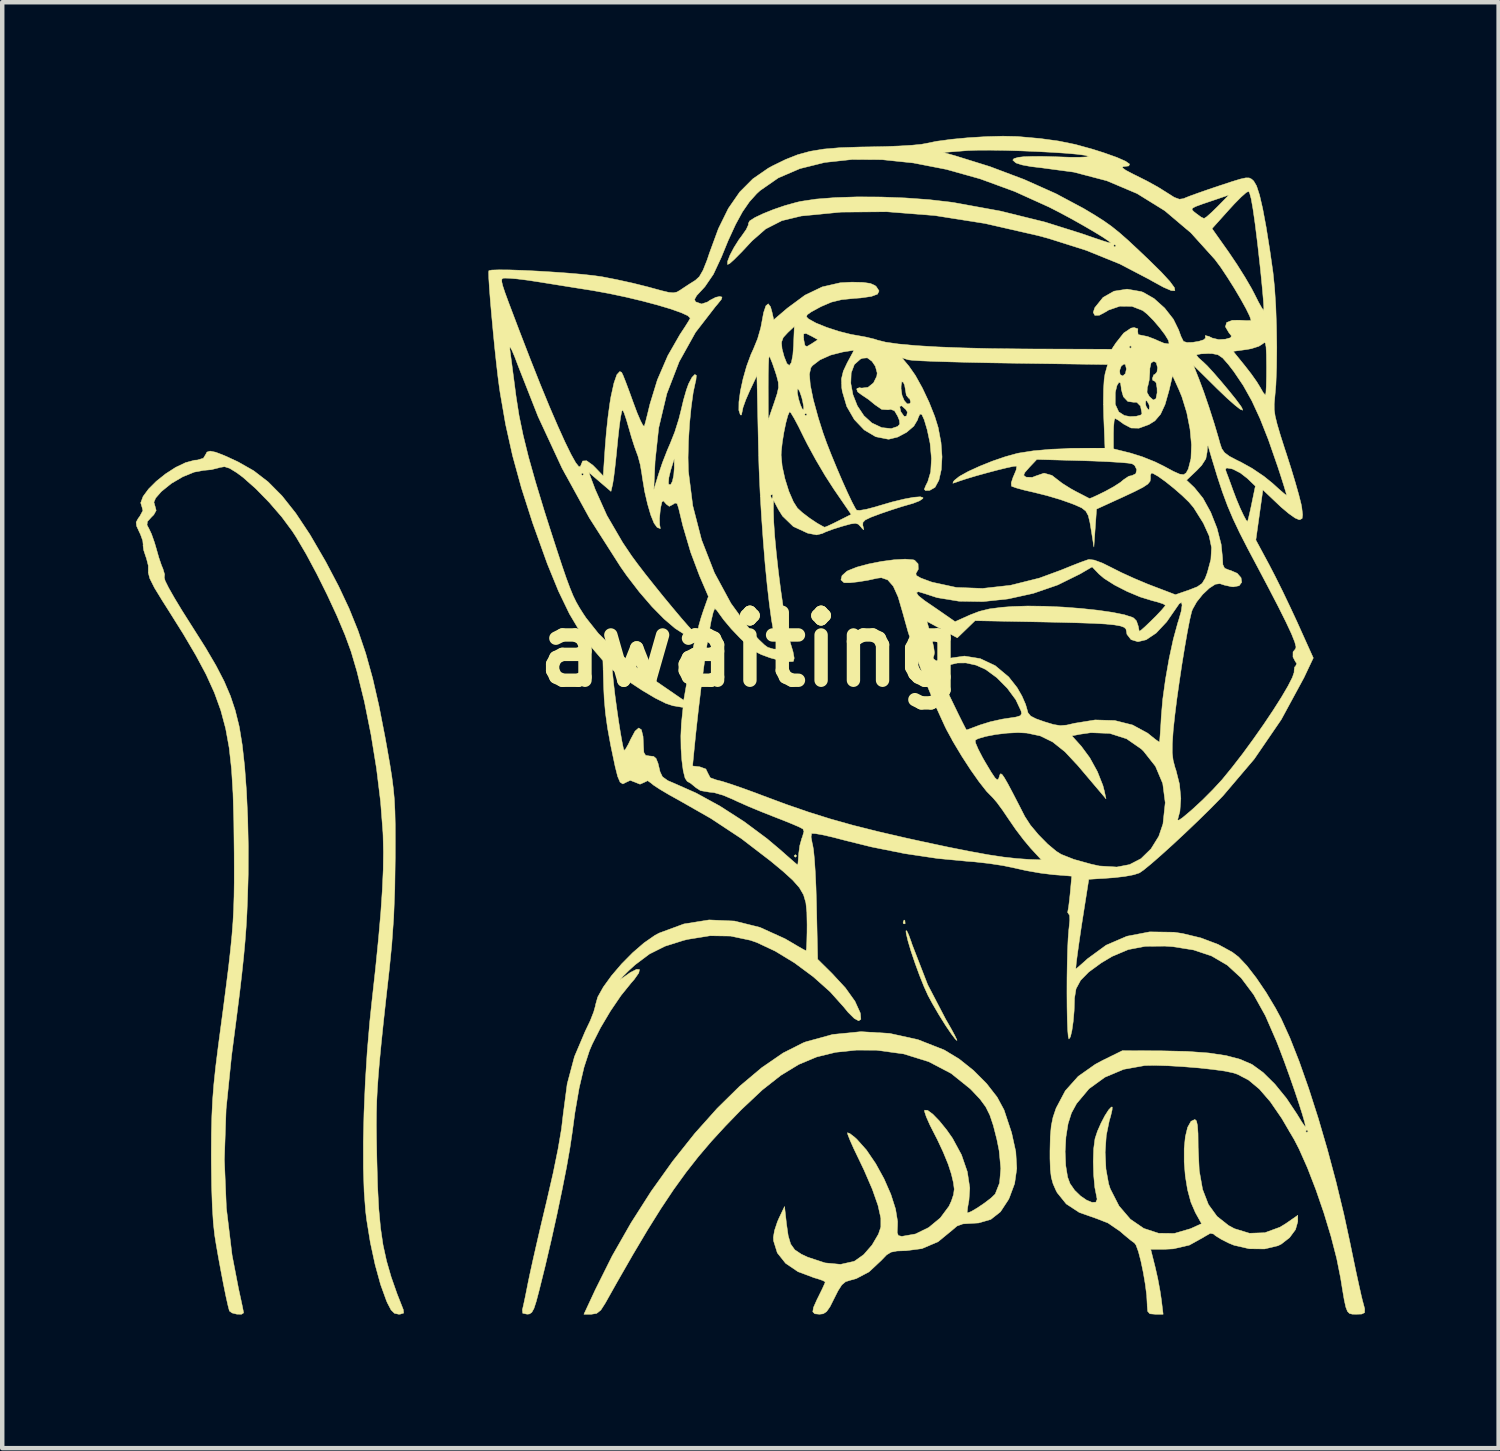
<source format=kicad_pcb>
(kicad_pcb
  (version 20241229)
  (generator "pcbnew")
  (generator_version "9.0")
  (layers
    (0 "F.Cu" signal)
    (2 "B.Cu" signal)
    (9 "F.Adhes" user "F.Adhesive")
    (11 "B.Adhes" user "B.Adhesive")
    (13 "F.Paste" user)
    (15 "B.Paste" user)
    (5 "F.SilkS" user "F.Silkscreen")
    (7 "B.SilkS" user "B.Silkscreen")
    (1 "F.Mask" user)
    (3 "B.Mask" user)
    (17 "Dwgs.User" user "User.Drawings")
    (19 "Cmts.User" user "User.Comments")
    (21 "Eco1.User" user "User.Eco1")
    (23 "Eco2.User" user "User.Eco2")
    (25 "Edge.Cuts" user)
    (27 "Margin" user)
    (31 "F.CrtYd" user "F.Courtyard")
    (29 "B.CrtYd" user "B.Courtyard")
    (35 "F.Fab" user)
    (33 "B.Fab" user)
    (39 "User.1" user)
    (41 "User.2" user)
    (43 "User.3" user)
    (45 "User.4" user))
  (footprint "awaiting"
    (layer "F.Cu")
    (at 13.776 11.523)
    (property "Reference" "awaiting" (at 0 0 0) (layer "F.SilkS") (effects (font (size 1.524 1.524) (thickness 0.3))))
    (attr through_hole)
    (fp_poly (pts (xy 1.049 4.631) (xy 1.019 4.661) (xy 0.99 4.631) (xy 1.019 4.602) (xy 1.049 4.631)) (stroke (width 0.01) (type solid)) (fill yes) (layer "F.SilkS"))
    (fp_poly (pts (xy 3.476 6.078) (xy 3.483 6.147) (xy 3.476 6.156) (xy 3.441 6.148) (xy 3.437 6.117) (xy 3.458 6.069) (xy 3.476 6.078)) (stroke (width 0.01) (type solid)) (fill yes) (layer "F.SilkS"))
    (fp_poly (pts (xy 3.561 6.4) (xy 3.621 6.565) (xy 3.636 6.612) (xy 3.988 7.52) (xy 4.392 8.295) (xy 4.509 8.498) (xy 4.596 8.659) (xy 4.642 8.757) (xy 4.645 8.774) (xy 4.606 8.739) (xy 4.522 8.628) (xy 4.409 8.463) (xy 4.388 8.431) (xy 4.241 8.196) (xy 4.096 7.947) (xy 3.996 7.762) (xy 3.905 7.561) (xy 3.805 7.311) (xy 3.705 7.038) (xy 3.615 6.772) (xy 3.546 6.54) (xy 3.506 6.372) (xy 3.5 6.312) (xy 3.518 6.31) (xy 3.561 6.4)) (stroke (width 0.01) (type solid)) (fill yes) (layer "F.SilkS"))
    (fp_poly (pts (xy 3.135 8.613) (xy 3.77 8.753) (xy 4.36 8.985) (xy 4.691 9.185) (xy 5.016 9.444) (xy 5.309 9.738) (xy 5.546 10.042) (xy 5.701 10.329) (xy 5.705 10.341) (xy 5.871 10.841) (xy 5.965 11.269) (xy 5.987 11.644) (xy 5.939 11.982) (xy 5.82 12.302) (xy 5.801 12.342) (xy 5.621 12.616) (xy 5.404 12.787) (xy 5.131 12.866) (xy 4.977 12.875) (xy 4.778 12.887) (xy 4.646 12.935) (xy 4.54 13.026) (xy 4.222 13.287) (xy 3.859 13.442) (xy 3.506 13.488) (xy 3.299 13.495) (xy 3.167 13.521) (xy 3.067 13.582) (xy 2.959 13.694) (xy 2.952 13.702) (xy 2.673 13.963) (xy 2.385 14.115) (xy 2.256 14.15) (xy 2.147 14.184) (xy 2.061 14.256) (xy 1.975 14.391) (xy 1.895 14.55) (xy 1.797 14.745) (xy 1.72 14.855) (xy 1.644 14.904) (xy 1.56 14.914) (xy 1.454 14.904) (xy 1.41 14.859) (xy 1.426 14.762) (xy 1.502 14.59) (xy 1.544 14.506) (xy 1.624 14.343) (xy 1.677 14.226) (xy 1.689 14.19) (xy 1.639 14.159) (xy 1.511 14.115) (xy 1.442 14.096) (xy 1.079 13.96) (xy 0.8 13.771) (xy 0.614 13.537) (xy 0.53 13.268) (xy 0.526 13.186) (xy 0.552 13.034) (xy 0.616 12.841) (xy 0.652 12.758) (xy 0.777 12.496) (xy 0.82 12.883) (xy 0.859 13.155) (xy 0.914 13.34) (xy 1.006 13.468) (xy 1.152 13.566) (xy 1.294 13.633) (xy 1.685 13.762) (xy 2.033 13.795) (xy 2.329 13.729) (xy 2.354 13.718) (xy 2.553 13.576) (xy 2.74 13.361) (xy 2.883 13.117) (xy 2.937 12.957) (xy 2.937 12.757) (xy 2.873 12.471) (xy 2.746 12.109) (xy 2.56 11.679) (xy 2.44 11.428) (xy 2.329 11.197) (xy 2.245 11.008) (xy 2.196 10.882) (xy 2.189 10.841) (xy 2.243 10.861) (xy 2.347 10.941) (xy 2.397 10.986) (xy 2.614 11.229) (xy 2.822 11.535) (xy 3.009 11.875) (xy 3.162 12.224) (xy 3.267 12.552) (xy 3.313 12.833) (xy 3.311 12.929) (xy 3.304 13.081) (xy 3.33 13.149) (xy 3.403 13.166) (xy 3.414 13.166) (xy 3.715 13.113) (xy 4.011 12.968) (xy 4.271 12.753) (xy 4.466 12.491) (xy 4.519 12.376) (xy 4.568 12.23) (xy 4.584 12.107) (xy 4.565 11.96) (xy 4.519 11.767) (xy 4.448 11.548) (xy 4.336 11.275) (xy 4.205 10.995) (xy 4.151 10.89) (xy 4.039 10.67) (xy 3.958 10.488) (xy 3.918 10.368) (xy 3.919 10.335) (xy 3.988 10.34) (xy 4.105 10.427) (xy 4.251 10.578) (xy 4.412 10.776) (xy 4.545 10.965) (xy 4.746 11.336) (xy 4.878 11.718) (xy 4.933 12.082) (xy 4.914 12.356) (xy 4.885 12.519) (xy 4.874 12.622) (xy 4.879 12.642) (xy 4.965 12.609) (xy 5.106 12.526) (xy 5.266 12.417) (xy 5.409 12.308) (xy 5.499 12.221) (xy 5.505 12.212) (xy 5.601 11.968) (xy 5.629 11.642) (xy 5.591 11.244) (xy 5.541 10.994) (xy 5.461 10.68) (xy 5.383 10.447) (xy 5.291 10.262) (xy 5.167 10.093) (xy 4.992 9.906) (xy 4.943 9.856) (xy 4.514 9.511) (xy 4.012 9.248) (xy 3.449 9.073) (xy 2.839 8.99) (xy 2.389 8.988) (xy 1.923 9.037) (xy 1.498 9.141) (xy 1.094 9.31) (xy 0.694 9.554) (xy 0.278 9.881) (xy -0.17 10.302) (xy -0.205 10.336) (xy -0.55 10.692) (xy -0.865 11.035) (xy -1.157 11.378) (xy -1.437 11.735) (xy -1.715 12.12) (xy -1.999 12.546) (xy -2.299 13.026) (xy -2.626 13.576) (xy -2.988 14.207) (xy -3.246 14.666) (xy -3.346 14.822) (xy -3.44 14.896) (xy -3.554 14.914) (xy -3.725 14.914) (xy -3.47 14.366) (xy -3.092 13.608) (xy -2.67 12.868) (xy -2.216 12.156) (xy -1.735 11.483) (xy -1.239 10.859) (xy -0.734 10.294) (xy -0.23 9.798) (xy 0.266 9.381) (xy 0.743 9.053) (xy 1.194 8.825) (xy 1.251 8.803) (xy 1.855 8.637) (xy 2.49 8.574) (xy 3.135 8.613)) (stroke (width 0.01) (type solid)) (fill yes) (layer "F.SilkS"))
    (fp_poly (pts (xy -11.987 -4.427) (xy -11.795 -4.353) (xy -11.518 -4.226) (xy -11.479 -4.207) (xy -11.134 -4.011) (xy -10.811 -3.762) (xy -10.499 -3.448) (xy -10.19 -3.058) (xy -9.872 -2.579) (xy -9.535 -2) (xy -9.505 -1.946) (xy -9.229 -1.421) (xy -8.994 -0.921) (xy -8.794 -0.426) (xy -8.62 0.089) (xy -8.465 0.646) (xy -8.323 1.266) (xy -8.185 1.974) (xy -8.142 2.214) (xy -8.08 2.568) (xy -8.034 2.86) (xy -8.001 3.116) (xy -7.978 3.362) (xy -7.965 3.624) (xy -7.958 3.93) (xy -7.957 4.306) (xy -7.958 4.661) (xy -7.968 5.373) (xy -7.993 6.011) (xy -8.036 6.619) (xy -8.09 7.166) (xy -8.163 7.813) (xy -8.223 8.361) (xy -8.271 8.823) (xy -8.309 9.216) (xy -8.338 9.554) (xy -8.359 9.853) (xy -8.373 10.128) (xy -8.38 10.395) (xy -8.382 10.669) (xy -8.379 10.964) (xy -8.373 11.298) (xy -8.37 11.447) (xy -8.354 12.043) (xy -8.328 12.545) (xy -8.288 12.977) (xy -8.232 13.36) (xy -8.153 13.72) (xy -8.05 14.077) (xy -7.917 14.456) (xy -7.777 14.812) (xy -7.769 14.888) (xy -7.849 14.913) (xy -7.88 14.914) (xy -7.975 14.894) (xy -8.052 14.818) (xy -8.134 14.661) (xy -8.155 14.613) (xy -8.287 14.248) (xy -8.41 13.801) (xy -8.517 13.305) (xy -8.6 12.792) (xy -8.623 12.6) (xy -8.656 12.166) (xy -8.673 11.639) (xy -8.674 11.039) (xy -8.659 10.39) (xy -8.63 9.711) (xy -8.587 9.025) (xy -8.53 8.354) (xy -8.485 7.923) (xy -8.4 7.151) (xy -8.333 6.481) (xy -8.282 5.899) (xy -8.248 5.391) (xy -8.228 4.945) (xy -8.223 4.545) (xy -8.231 4.18) (xy -8.234 4.107) (xy -8.287 3.415) (xy -8.378 2.672) (xy -8.501 1.913) (xy -8.649 1.174) (xy -8.818 0.489) (xy -8.949 0.045) (xy -9.084 -0.324) (xy -9.267 -0.758) (xy -9.484 -1.226) (xy -9.718 -1.696) (xy -9.954 -2.137) (xy -10.177 -2.516) (xy -10.264 -2.651) (xy -10.501 -2.971) (xy -10.786 -3.301) (xy -11.087 -3.609) (xy -11.375 -3.864) (xy -11.512 -3.966) (xy -11.674 -4.066) (xy -11.788 -4.102) (xy -11.895 -4.085) (xy -11.913 -4.078) (xy -12.087 -4.035) (xy -12.255 -4.02) (xy -12.47 -3.98) (xy -12.725 -3.876) (xy -12.98 -3.727) (xy -13.197 -3.552) (xy -13.217 -3.532) (xy -13.333 -3.399) (xy -13.373 -3.306) (xy -13.349 -3.22) (xy -13.348 -3.218) (xy -13.322 -3.12) (xy -13.375 -3.024) (xy -13.427 -2.972) (xy -13.518 -2.872) (xy -13.528 -2.794) (xy -13.486 -2.716) (xy -13.427 -2.592) (xy -13.36 -2.402) (xy -13.319 -2.262) (xy -13.261 -2.059) (xy -13.203 -1.889) (xy -13.171 -1.814) (xy -13.133 -1.686) (xy -13.14 -1.614) (xy -13.12 -1.54) (xy -13.042 -1.384) (xy -12.915 -1.16) (xy -12.747 -0.882) (xy -12.546 -0.564) (xy -12.518 -0.52) (xy -12.218 -0.046) (xy -11.981 0.358) (xy -11.797 0.713) (xy -11.657 1.04) (xy -11.55 1.36) (xy -11.467 1.693) (xy -11.455 1.748) (xy -11.391 2.141) (xy -11.337 2.627) (xy -11.296 3.184) (xy -11.268 3.788) (xy -11.255 4.416) (xy -11.257 5.046) (xy -11.262 5.243) (xy -11.273 5.6) (xy -11.286 5.925) (xy -11.304 6.238) (xy -11.328 6.555) (xy -11.359 6.893) (xy -11.399 7.27) (xy -11.449 7.702) (xy -11.513 8.207) (xy -11.59 8.801) (xy -11.631 9.117) (xy -11.753 10.313) (xy -11.792 11.445) (xy -11.747 12.53) (xy -11.619 13.588) (xy -11.473 14.345) (xy -11.423 14.574) (xy -11.384 14.757) (xy -11.363 14.866) (xy -11.36 14.884) (xy -11.406 14.914) (xy -11.51 14.913) (xy -11.618 14.886) (xy -11.679 14.842) (xy -11.679 14.841) (xy -11.711 14.719) (xy -11.758 14.509) (xy -11.813 14.238) (xy -11.871 13.935) (xy -11.928 13.626) (xy -11.978 13.339) (xy -12.01 13.137) (xy -12.04 12.861) (xy -12.063 12.489) (xy -12.078 12.04) (xy -12.085 11.534) (xy -12.086 11.331) (xy -12.083 10.865) (xy -12.073 10.47) (xy -12.056 10.11) (xy -12.028 9.753) (xy -11.987 9.363) (xy -11.93 8.907) (xy -11.9 8.68) (xy -11.818 8.064) (xy -11.751 7.546) (xy -11.696 7.109) (xy -11.654 6.735) (xy -11.622 6.409) (xy -11.599 6.112) (xy -11.584 5.827) (xy -11.575 5.538) (xy -11.571 5.227) (xy -11.571 4.876) (xy -11.572 4.573) (xy -11.58 3.852) (xy -11.598 3.229) (xy -11.631 2.686) (xy -11.684 2.207) (xy -11.763 1.773) (xy -11.872 1.366) (xy -12.016 0.968) (xy -12.201 0.561) (xy -12.432 0.129) (xy -12.713 -0.348) (xy -13.051 -0.887) (xy -13.182 -1.093) (xy -13.361 -1.386) (xy -13.466 -1.596) (xy -13.5 -1.728) (xy -13.498 -1.752) (xy -13.499 -1.884) (xy -13.542 -2.051) (xy -13.552 -2.077) (xy -13.602 -2.228) (xy -13.617 -2.337) (xy -13.614 -2.35) (xy -13.623 -2.441) (xy -13.675 -2.585) (xy -13.697 -2.63) (xy -13.761 -2.77) (xy -13.771 -2.857) (xy -13.725 -2.942) (xy -13.691 -2.986) (xy -13.62 -3.117) (xy -13.637 -3.186) (xy -13.669 -3.291) (xy -13.616 -3.434) (xy -13.493 -3.601) (xy -13.319 -3.775) (xy -13.111 -3.941) (xy -12.887 -4.086) (xy -12.663 -4.193) (xy -12.459 -4.248) (xy -12.401 -4.251) (xy -12.263 -4.292) (xy -12.218 -4.365) (xy -12.183 -4.43) (xy -12.111 -4.452) (xy -11.987 -4.427)) (stroke (width 0.01) (type solid)) (fill yes) (layer "F.SilkS"))
    (fp_poly (pts (xy 5.994 -11.511) (xy 6.03 -11.508) (xy 6.513 -11.465) (xy 6.923 -11.409) (xy 7.301 -11.332) (xy 7.689 -11.225) (xy 7.935 -11.147) (xy 8.234 -11.041) (xy 8.429 -10.955) (xy 8.519 -10.891) (xy 8.5 -10.85) (xy 8.371 -10.834) (xy 8.353 -10.812) (xy 8.433 -10.753) (xy 8.602 -10.664) (xy 8.662 -10.635) (xy 8.909 -10.511) (xy 9.157 -10.374) (xy 9.351 -10.253) (xy 9.352 -10.252) (xy 9.521 -10.145) (xy 9.635 -10.103) (xy 9.728 -10.116) (xy 9.749 -10.126) (xy 9.853 -10.168) (xy 10.04 -10.236) (xy 10.283 -10.321) (xy 10.532 -10.405) (xy 10.811 -10.497) (xy 11.001 -10.555) (xy 11.124 -10.582) (xy 11.201 -10.581) (xy 11.255 -10.555) (xy 11.303 -10.511) (xy 11.367 -10.402) (xy 11.434 -10.196) (xy 11.505 -9.889) (xy 11.582 -9.477) (xy 11.665 -8.956) (xy 11.736 -8.46) (xy 11.771 -8.119) (xy 11.798 -7.704) (xy 11.814 -7.246) (xy 11.821 -6.778) (xy 11.816 -6.331) (xy 11.801 -5.938) (xy 11.775 -5.641) (xy 11.763 -5.508) (xy 11.764 -5.381) (xy 11.784 -5.239) (xy 11.828 -5.058) (xy 11.899 -4.817) (xy 12.002 -4.494) (xy 12.037 -4.389) (xy 12.143 -4.057) (xy 12.238 -3.742) (xy 12.315 -3.47) (xy 12.366 -3.267) (xy 12.381 -3.19) (xy 12.4 -3.022) (xy 12.389 -2.94) (xy 12.341 -2.914) (xy 12.319 -2.913) (xy 12.231 -2.951) (xy 12.087 -3.053) (xy 11.915 -3.198) (xy 11.862 -3.248) (xy 11.509 -3.583) (xy 11.43 -3.02) (xy 11.351 -2.457) (xy 11.645 -1.911) (xy 11.784 -1.643) (xy 11.95 -1.31) (xy 12.121 -0.952) (xy 12.28 -0.611) (xy 12.29 -0.588) (xy 12.64 0.189) (xy 12.43 0.633) (xy 11.921 1.572) (xy 11.314 2.459) (xy 10.621 3.274) (xy 10.558 3.34) (xy 10.316 3.586) (xy 10.046 3.85) (xy 9.764 4.119) (xy 9.486 4.378) (xy 9.227 4.612) (xy 9.005 4.806) (xy 8.834 4.946) (xy 8.739 5.012) (xy 8.613 5.053) (xy 8.41 5.091) (xy 8.167 5.119) (xy 8.098 5.124) (xy 7.603 5.156) (xy 7.502 5.797) (xy 7.44 6.192) (xy 7.389 6.539) (xy 7.349 6.824) (xy 7.322 7.031) (xy 7.312 7.147) (xy 7.314 7.166) (xy 7.359 7.13) (xy 7.465 7.037) (xy 7.575 6.938) (xy 7.991 6.634) (xy 8.458 6.433) (xy 8.969 6.335) (xy 9.514 6.343) (xy 9.704 6.371) (xy 10.119 6.471) (xy 10.503 6.616) (xy 10.822 6.79) (xy 10.962 6.897) (xy 11.148 7.093) (xy 11.361 7.369) (xy 11.582 7.695) (xy 11.792 8.046) (xy 11.92 8.285) (xy 12.116 8.716) (xy 12.324 9.244) (xy 12.537 9.849) (xy 12.75 10.513) (xy 12.956 11.217) (xy 13.15 11.943) (xy 13.326 12.671) (xy 13.458 13.283) (xy 13.533 13.646) (xy 13.603 13.982) (xy 13.666 14.27) (xy 13.715 14.489) (xy 13.746 14.617) (xy 13.748 14.622) (xy 13.793 14.792) (xy 13.791 14.878) (xy 13.727 14.91) (xy 13.607 14.914) (xy 13.518 14.913) (xy 13.454 14.898) (xy 13.407 14.851) (xy 13.37 14.756) (xy 13.334 14.594) (xy 13.292 14.347) (xy 13.252 14.098) (xy 13.165 13.663) (xy 13.037 13.167) (xy 12.878 12.642) (xy 12.698 12.119) (xy 12.509 11.63) (xy 12.32 11.205) (xy 12.213 10.997) (xy 12.101 10.807) (xy 12.467 10.807) (xy 12.496 10.836) (xy 12.525 10.807) (xy 12.496 10.778) (xy 12.467 10.807) (xy 12.101 10.807) (xy 11.933 10.52) (xy 11.675 10.145) (xy 11.43 9.862) (xy 11.189 9.661) (xy 10.941 9.531) (xy 10.842 9.498) (xy 10.657 9.459) (xy 10.387 9.422) (xy 10.063 9.387) (xy 9.717 9.359) (xy 9.38 9.339) (xy 9.084 9.33) (xy 8.859 9.334) (xy 8.855 9.335) (xy 8.386 9.419) (xy 7.965 9.596) (xy 7.608 9.855) (xy 7.329 10.188) (xy 7.214 10.399) (xy 7.138 10.639) (xy 7.09 10.939) (xy 7.072 11.263) (xy 7.085 11.575) (xy 7.128 11.838) (xy 7.181 11.982) (xy 7.286 12.133) (xy 7.417 12.26) (xy 7.554 12.354) (xy 7.675 12.404) (xy 7.761 12.4) (xy 7.79 12.333) (xy 7.779 12.278) (xy 7.738 12.07) (xy 7.712 11.791) (xy 7.703 11.487) (xy 7.712 11.203) (xy 7.741 10.983) (xy 7.744 10.969) (xy 7.797 10.808) (xy 7.876 10.629) (xy 7.964 10.46) (xy 8.048 10.329) (xy 8.11 10.264) (xy 8.129 10.265) (xy 8.126 10.329) (xy 8.094 10.467) (xy 8.062 10.576) (xy 7.995 10.905) (xy 7.97 11.28) (xy 7.988 11.656) (xy 8.048 11.988) (xy 8.085 12.101) (xy 8.281 12.484) (xy 8.536 12.782) (xy 8.836 12.988) (xy 9.169 13.097) (xy 9.522 13.101) (xy 9.884 12.995) (xy 9.887 12.994) (xy 10.133 12.882) (xy 9.993 12.631) (xy 9.893 12.399) (xy 9.818 12.119) (xy 9.768 11.811) (xy 9.743 11.497) (xy 9.743 11.197) (xy 9.769 10.932) (xy 9.82 10.721) (xy 9.896 10.585) (xy 9.983 10.544) (xy 10.018 10.575) (xy 10.041 10.676) (xy 10.054 10.864) (xy 10.057 11.151) (xy 10.057 11.171) (xy 10.081 11.69) (xy 10.156 12.113) (xy 10.287 12.452) (xy 10.48 12.718) (xy 10.739 12.923) (xy 10.871 12.994) (xy 11.208 13.097) (xy 11.552 13.085) (xy 11.891 12.961) (xy 12.019 12.883) (xy 12.292 12.694) (xy 12.292 12.835) (xy 12.241 13.015) (xy 12.108 13.195) (xy 11.922 13.34) (xy 11.847 13.377) (xy 11.547 13.449) (xy 11.204 13.445) (xy 10.863 13.367) (xy 10.741 13.317) (xy 10.57 13.23) (xy 10.444 13.151) (xy 10.402 13.114) (xy 10.33 13.098) (xy 10.191 13.177) (xy 10.177 13.187) (xy 9.86 13.363) (xy 9.498 13.447) (xy 9.294 13.457) (xy 8.992 13.457) (xy 9.091 13.851) (xy 9.151 14.116) (xy 9.203 14.397) (xy 9.23 14.579) (xy 9.271 14.914) (xy 9.092 14.914) (xy 8.974 14.904) (xy 8.924 14.85) (xy 8.913 14.719) (xy 8.913 14.699) (xy 8.902 14.491) (xy 8.87 14.241) (xy 8.825 13.976) (xy 8.772 13.723) (xy 8.716 13.509) (xy 8.663 13.364) (xy 8.629 13.317) (xy 8.537 13.249) (xy 8.398 13.134) (xy 8.305 13.053) (xy 8.033 12.867) (xy 7.777 12.767) (xy 7.388 12.63) (xy 7.097 12.439) (xy 6.894 12.188) (xy 6.865 12.133) (xy 6.801 11.987) (xy 6.761 11.842) (xy 6.74 11.666) (xy 6.732 11.425) (xy 6.732 11.244) (xy 6.739 10.928) (xy 6.76 10.691) (xy 6.8 10.495) (xy 6.865 10.302) (xy 6.871 10.287) (xy 7.076 9.9) (xy 7.365 9.577) (xy 7.749 9.306) (xy 7.914 9.218) (xy 8.355 9.001) (xy 9.231 9.004) (xy 9.811 9.017) (xy 10.29 9.052) (xy 10.681 9.11) (xy 10.999 9.194) (xy 11.257 9.306) (xy 11.273 9.315) (xy 11.515 9.491) (xy 11.778 9.751) (xy 12.038 10.07) (xy 12.274 10.424) (xy 12.294 10.457) (xy 12.385 10.605) (xy 12.447 10.693) (xy 12.466 10.705) (xy 12.448 10.613) (xy 12.396 10.433) (xy 12.317 10.185) (xy 12.219 9.892) (xy 12.108 9.574) (xy 11.992 9.252) (xy 11.877 8.948) (xy 11.818 8.797) (xy 11.565 8.216) (xy 11.302 7.743) (xy 11.021 7.368) (xy 10.71 7.082) (xy 10.358 6.876) (xy 9.955 6.741) (xy 9.489 6.667) (xy 9.313 6.655) (xy 8.872 6.659) (xy 8.49 6.732) (xy 8.127 6.885) (xy 7.88 7.033) (xy 7.602 7.236) (xy 7.419 7.422) (xy 7.317 7.612) (xy 7.282 7.825) (xy 7.282 7.855) (xy 7.274 8.106) (xy 7.253 8.347) (xy 7.224 8.551) (xy 7.191 8.69) (xy 7.157 8.739) (xy 7.142 8.684) (xy 7.129 8.533) (xy 7.12 8.306) (xy 7.115 8.023) (xy 7.113 7.705) (xy 7.114 7.371) (xy 7.119 7.043) (xy 7.127 6.74) (xy 7.139 6.482) (xy 7.154 6.29) (xy 7.159 6.248) (xy 7.176 6.078) (xy 7.172 5.967) (xy 7.157 5.942) (xy 7.128 5.899) (xy 7.133 5.869) (xy 7.15 5.775) (xy 7.171 5.606) (xy 7.188 5.441) (xy 7.22 5.085) (xy 6.8 5.051) (xy 6.516 5.016) (xy 6.196 4.96) (xy 5.942 4.903) (xy 5.684 4.849) (xy 5.363 4.8) (xy 5.032 4.763) (xy 4.894 4.753) (xy 4.209 4.688) (xy 3.47 4.578) (xy 2.727 4.429) (xy 2.137 4.283) (xy 1.865 4.212) (xy 1.634 4.159) (xy 1.467 4.13) (xy 1.387 4.127) (xy 1.384 4.129) (xy 1.372 4.206) (xy 1.397 4.344) (xy 1.405 4.372) (xy 1.426 4.491) (xy 1.447 4.705) (xy 1.466 4.993) (xy 1.482 5.334) (xy 1.493 5.705) (xy 1.494 5.762) (xy 1.52 6.95) (xy 1.837 7.263) (xy 2.142 7.592) (xy 2.356 7.891) (xy 2.473 8.148) (xy 2.479 8.171) (xy 2.489 8.296) (xy 2.44 8.331) (xy 2.341 8.277) (xy 2.202 8.139) (xy 2.108 8.024) (xy 1.801 7.681) (xy 1.422 7.343) (xy 1.001 7.031) (xy 0.569 6.768) (xy 0.156 6.574) (xy 0.009 6.523) (xy -0.435 6.429) (xy -0.894 6.422) (xy -1.396 6.503) (xy -1.486 6.525) (xy -1.905 6.657) (xy -2.253 6.831) (xy -2.573 7.071) (xy -2.724 7.209) (xy -2.846 7.331) (xy -2.907 7.398) (xy -2.897 7.398) (xy -2.888 7.391) (xy -2.682 7.245) (xy -2.543 7.175) (xy -2.478 7.18) (xy -2.494 7.257) (xy -2.596 7.402) (xy -2.666 7.482) (xy -2.893 7.763) (xy -3.131 8.113) (xy -3.354 8.489) (xy -3.536 8.849) (xy -3.601 9.001) (xy -3.723 9.375) (xy -3.831 9.834) (xy -3.927 10.391) (xy -3.987 10.836) (xy -4.038 11.179) (xy -4.114 11.613) (xy -4.213 12.116) (xy -4.328 12.667) (xy -4.456 13.245) (xy -4.592 13.827) (xy -4.728 14.375) (xy -4.794 14.626) (xy -4.846 14.785) (xy -4.894 14.872) (xy -4.947 14.908) (xy -4.999 14.913) (xy -5.098 14.892) (xy -5.106 14.813) (xy -5.105 14.812) (xy -5.081 14.71) (xy -5.042 14.527) (xy -4.996 14.297) (xy -4.98 14.215) (xy -4.937 14.011) (xy -4.873 13.719) (xy -4.792 13.362) (xy -4.7 12.965) (xy -4.602 12.551) (xy -4.561 12.38) (xy -4.416 11.75) (xy -4.305 11.205) (xy -4.228 10.753) (xy -4.19 10.428) (xy -4.1 9.746) (xy -3.937 9.134) (xy -3.695 8.564) (xy -3.686 8.545) (xy -3.582 8.327) (xy -3.505 8.13) (xy -3.466 7.991) (xy -3.465 7.974) (xy -3.415 7.797) (xy -3.289 7.572) (xy -3.105 7.318) (xy -2.88 7.055) (xy -2.631 6.803) (xy -2.378 6.584) (xy -2.137 6.416) (xy -2.039 6.363) (xy -1.481 6.157) (xy -0.916 6.067) (xy -0.347 6.092) (xy 0.222 6.233) (xy 0.785 6.488) (xy 0.899 6.554) (xy 1.072 6.656) (xy 1.201 6.73) (xy 1.259 6.758) (xy 1.26 6.758) (xy 1.269 6.704) (xy 1.276 6.558) (xy 1.281 6.344) (xy 1.282 6.172) (xy 1.277 5.897) (xy 1.255 5.682) (xy 1.203 5.504) (xy 1.109 5.342) (xy 0.959 5.173) (xy 0.742 4.976) (xy 0.465 4.746) (xy -0.192 4.242) (xy -0.876 3.79) (xy -1.581 3.388) (xy -1.817 3.257) (xy -2.019 3.137) (xy -2.161 3.044) (xy -2.215 2.999) (xy -2.294 2.943) (xy -2.372 2.981) (xy -2.466 3.022) (xy -2.573 2.979) (xy -2.685 2.936) (xy -2.774 2.977) (xy -2.851 3.016) (xy -2.913 2.977) (xy -2.968 2.848) (xy -3.025 2.622) (xy -3.124 2.15) (xy -3.195 1.76) (xy -3.242 1.42) (xy -3.27 1.099) (xy -3.282 0.838) (xy -3.293 0.45) (xy -3.091 0.45) (xy -3.055 0.793) (xy -3.027 1.034) (xy -2.99 1.307) (xy -2.95 1.586) (xy -2.909 1.846) (xy -2.871 2.063) (xy -2.841 2.21) (xy -2.824 2.264) (xy -2.788 2.231) (xy -2.725 2.119) (xy -2.678 2.019) (xy -2.578 1.832) (xy -2.496 1.76) (xy -2.435 1.8) (xy -2.398 1.951) (xy -2.389 2.16) (xy -2.38 2.309) (xy -2.341 2.374) (xy -2.251 2.389) (xy -2.247 2.389) (xy -2.161 2.398) (xy -2.106 2.444) (xy -2.062 2.553) (xy -2.016 2.744) (xy -1.963 2.855) (xy -1.842 2.942) (xy -1.705 3) (xy -1.208 3.22) (xy -0.673 3.513) (xy -0.133 3.86) (xy 0.381 4.242) (xy 0.664 4.48) (xy 0.84 4.635) (xy 0.978 4.756) (xy 1.059 4.825) (xy 1.072 4.835) (xy 1.079 4.783) (xy 1.089 4.653) (xy 1.093 4.588) (xy 1.119 4.397) (xy 1.164 4.235) (xy 1.176 4.208) (xy 1.212 4.082) (xy 1.19 4.027) (xy 1.116 3.987) (xy 0.958 3.918) (xy 0.741 3.83) (xy 0.553 3.757) (xy 0.265 3.643) (xy -0.028 3.522) (xy -0.278 3.411) (xy -0.379 3.363) (xy -0.599 3.27) (xy -0.802 3.211) (xy -0.916 3.199) (xy -1.108 3.166) (xy -1.212 3.099) (xy -1.328 3.003) (xy -1.408 2.957) (xy -1.456 2.884) (xy -1.497 2.72) (xy -1.511 2.613) (xy -1.287 2.613) (xy -1.124 2.632) (xy -0.989 2.681) (xy -0.943 2.776) (xy -0.89 2.877) (xy -0.75 2.927) (xy -0.74 2.929) (xy -0.621 2.959) (xy -0.418 3.024) (xy -0.155 3.115) (xy 0.144 3.224) (xy 0.291 3.28) (xy 0.818 3.476) (xy 1.314 3.647) (xy 1.805 3.801) (xy 2.318 3.945) (xy 2.88 4.086) (xy 3.517 4.233) (xy 3.874 4.311) (xy 4.456 4.435) (xy 4.942 4.531) (xy 5.348 4.605) (xy 5.693 4.657) (xy 5.992 4.69) (xy 6.262 4.709) (xy 6.314 4.711) (xy 6.54 4.719) (xy 6.298 4.457) (xy 6.143 4.272) (xy 5.965 4.038) (xy 5.803 3.803) (xy 5.799 3.797) (xy 5.665 3.599) (xy 5.542 3.432) (xy 5.453 3.328) (xy 5.441 3.316) (xy 5.31 3.182) (xy 5.141 2.967) (xy 4.951 2.698) (xy 4.755 2.396) (xy 4.57 2.088) (xy 4.541 2.035) (xy 5.054 2.035) (xy 5.063 2.098) (xy 5.122 2.236) (xy 5.22 2.425) (xy 5.284 2.536) (xy 5.412 2.75) (xy 5.495 2.875) (xy 5.546 2.923) (xy 5.576 2.906) (xy 5.594 2.855) (xy 5.609 2.806) (xy 5.628 2.786) (xy 5.66 2.807) (xy 5.71 2.879) (xy 5.788 3.014) (xy 5.899 3.224) (xy 6.051 3.518) (xy 6.168 3.747) (xy 6.293 3.94) (xy 6.474 4.156) (xy 6.678 4.363) (xy 6.874 4.527) (xy 6.984 4.596) (xy 7.27 4.709) (xy 7.653 4.815) (xy 7.836 4.856) (xy 8.232 4.88) (xy 8.518 4.825) (xy 8.773 4.693) (xy 8.999 4.472) (xy 9.173 4.191) (xy 9.267 3.914) (xy 9.318 3.437) (xy 9.262 3.006) (xy 9.099 2.62) (xy 8.861 2.318) (xy 9.475 2.318) (xy 9.495 2.484) (xy 9.537 2.645) (xy 9.56 2.712) (xy 9.638 3.022) (xy 9.668 3.342) (xy 9.647 3.629) (xy 9.612 3.759) (xy 9.596 3.823) (xy 9.624 3.829) (xy 9.709 3.771) (xy 9.863 3.642) (xy 9.934 3.58) (xy 10.157 3.374) (xy 10.387 3.143) (xy 10.579 2.935) (xy 10.594 2.919) (xy 10.82 2.642) (xy 11.059 2.333) (xy 11.298 2.006) (xy 11.529 1.677) (xy 11.742 1.359) (xy 11.926 1.069) (xy 12.072 0.82) (xy 12.17 0.628) (xy 12.211 0.508) (xy 12.209 0.485) (xy 12.22 0.394) (xy 12.242 0.374) (xy 12.269 0.314) (xy 12.239 0.273) (xy 12.184 0.168) (xy 12.185 0.054) (xy 12.238 -0.011) (xy 12.253 -0.055) (xy 12.224 -0.168) (xy 12.15 -0.354) (xy 12.026 -0.619) (xy 11.851 -0.969) (xy 11.622 -1.41) (xy 11.4 -1.83) (xy 11.171 -2.261) (xy 10.988 -2.619) (xy 10.84 -2.932) (xy 10.715 -3.227) (xy 10.601 -3.534) (xy 10.487 -3.879) (xy 10.437 -4.045) (xy 10.668 -4.045) (xy 10.687 -3.985) (xy 10.732 -3.867) (xy 10.797 -3.689) (xy 10.835 -3.583) (xy 10.913 -3.377) (xy 10.997 -3.176) (xy 11.076 -3.008) (xy 11.136 -2.898) (xy 11.164 -2.872) (xy 11.182 -2.932) (xy 11.216 -3.076) (xy 11.259 -3.273) (xy 11.259 -3.277) (xy 11.34 -3.667) (xy 11.161 -3.839) (xy 11.004 -3.961) (xy 10.843 -4.044) (xy 10.812 -4.054) (xy 10.697 -4.074) (xy 10.668 -4.045) (xy 10.437 -4.045) (xy 10.362 -4.29) (xy 10.279 -4.573) (xy 10.267 -4.563) (xy 10.259 -4.463) (xy 10.258 -4.433) (xy 10.229 -4.279) (xy 10.134 -4.131) (xy 10.025 -4.017) (xy 9.796 -3.8) (xy 9.972 -3.633) (xy 10.164 -3.396) (xy 10.338 -3.08) (xy 10.479 -2.723) (xy 10.572 -2.363) (xy 10.603 -2.062) (xy 10.611 -1.904) (xy 10.65 -1.824) (xy 10.744 -1.785) (xy 10.778 -1.777) (xy 10.933 -1.71) (xy 11.019 -1.611) (xy 11.034 -1.509) (xy 10.976 -1.431) (xy 10.844 -1.406) (xy 10.799 -1.411) (xy 10.645 -1.445) (xy 10.544 -1.478) (xy 10.443 -1.465) (xy 10.306 -1.376) (xy 10.158 -1.236) (xy 10.024 -1.069) (xy 9.929 -0.9) (xy 9.909 -0.843) (xy 9.866 -0.66) (xy 9.813 -0.386) (xy 9.754 -0.047) (xy 9.692 0.333) (xy 9.633 0.729) (xy 9.578 1.115) (xy 9.534 1.468) (xy 9.502 1.761) (xy 9.496 1.825) (xy 9.477 2.111) (xy 9.475 2.318) (xy 8.861 2.318) (xy 8.83 2.279) (xy 8.779 2.23) (xy 8.451 2.003) (xy 8.073 1.882) (xy 7.65 1.866) (xy 7.406 1.901) (xy 7.224 1.937) (xy 7.434 2.17) (xy 7.624 2.427) (xy 7.796 2.739) (xy 7.92 3.052) (xy 7.952 3.175) (xy 7.989 3.35) (xy 7.866 3.204) (xy 7.775 3.097) (xy 7.632 2.928) (xy 7.461 2.726) (xy 7.363 2.61) (xy 7.068 2.294) (xy 6.792 2.074) (xy 6.514 1.938) (xy 6.212 1.874) (xy 6.015 1.864) (xy 5.77 1.876) (xy 5.517 1.906) (xy 5.288 1.95) (xy 5.118 2) (xy 5.054 2.035) (xy 4.541 2.035) (xy 4.41 1.796) (xy 4.373 1.72) (xy 4.147 1.225) (xy 3.925 0.682) (xy 3.843 0.461) (xy 4.235 0.461) (xy 4.251 0.547) (xy 4.256 0.563) (xy 4.296 0.653) (xy 4.369 0.811) (xy 4.465 1.013) (xy 4.572 1.234) (xy 4.676 1.449) (xy 4.767 1.632) (xy 4.832 1.759) (xy 4.859 1.806) (xy 4.911 1.787) (xy 5.04 1.739) (xy 5.156 1.695) (xy 5.391 1.622) (xy 5.66 1.562) (xy 5.784 1.543) (xy 5.971 1.515) (xy 6.067 1.485) (xy 6.095 1.438) (xy 6.083 1.377) (xy 5.965 1.126) (xy 5.774 0.868) (xy 5.54 0.632) (xy 5.29 0.448) (xy 5.075 0.351) (xy 4.849 0.301) (xy 4.658 0.302) (xy 4.435 0.354) (xy 4.424 0.357) (xy 4.285 0.407) (xy 4.235 0.461) (xy 3.843 0.461) (xy 3.721 0.131) (xy 3.549 -0.392) (xy 3.482 -0.632) (xy 3.971 -0.632) (xy 4.074 -0.26) (xy 4.12 -0.07) (xy 4.14 0.07) (xy 4.13 0.129) (xy 4.111 0.183) (xy 4.126 0.216) (xy 4.18 0.252) (xy 4.291 0.244) (xy 4.459 0.198) (xy 4.813 0.147) (xy 5.167 0.204) (xy 5.503 0.362) (xy 5.805 0.614) (xy 5.995 0.855) (xy 6.104 1.045) (xy 6.185 1.231) (xy 6.209 1.313) (xy 6.239 1.42) (xy 6.299 1.493) (xy 6.418 1.554) (xy 6.604 1.62) (xy 6.812 1.683) (xy 6.963 1.707) (xy 7.109 1.695) (xy 7.281 1.655) (xy 7.745 1.58) (xy 8.186 1.593) (xy 8.585 1.693) (xy 8.923 1.876) (xy 8.976 1.919) (xy 9.098 2.017) (xy 9.175 2.071) (xy 9.188 2.075) (xy 9.196 2.015) (xy 9.207 1.866) (xy 9.221 1.652) (xy 9.228 1.512) (xy 9.262 1.115) (xy 9.324 0.666) (xy 9.405 0.204) (xy 9.499 -0.231) (xy 9.599 -0.597) (xy 9.62 -0.662) (xy 9.677 -0.861) (xy 9.696 -0.997) (xy 9.681 -1.057) (xy 9.631 -1.027) (xy 9.591 -0.969) (xy 9.351 -0.622) (xy 9.115 -0.37) (xy 8.89 -0.219) (xy 8.706 -0.175) (xy 8.551 -0.222) (xy 8.459 -0.341) (xy 8.447 -0.413) (xy 8.436 -0.46) (xy 8.396 -0.498) (xy 8.314 -0.528) (xy 8.181 -0.552) (xy 7.983 -0.572) (xy 7.71 -0.587) (xy 7.351 -0.599) (xy 6.893 -0.611) (xy 6.56 -0.618) (xy 5.051 -0.647) (xy 4.852 -0.454) (xy 4.653 -0.262) (xy 3.971 -0.632) (xy 3.482 -0.632) (xy 3.429 -0.823) (xy 3.326 -1.176) (xy 3.281 -1.277) (xy 3.735 -1.277) (xy 3.78 -1.207) (xy 3.914 -1.1) (xy 3.924 -1.093) (xy 4.096 -0.976) (xy 4.295 -0.839) (xy 4.361 -0.793) (xy 4.603 -0.625) (xy 4.939 -0.776) (xy 5.147 -0.856) (xy 5.371 -0.911) (xy 5.649 -0.947) (xy 5.885 -0.965) (xy 6.229 -0.976) (xy 6.614 -0.971) (xy 7.019 -0.953) (xy 7.422 -0.922) (xy 7.801 -0.882) (xy 8.135 -0.834) (xy 8.402 -0.78) (xy 8.58 -0.722) (xy 8.611 -0.706) (xy 8.672 -0.643) (xy 8.713 -0.523) (xy 8.734 -0.41) (xy 8.773 -0.431) (xy 8.867 -0.514) (xy 8.991 -0.633) (xy 9.123 -0.764) (xy 9.237 -0.885) (xy 9.308 -0.969) (xy 9.321 -0.993) (xy 9.27 -1.025) (xy 9.137 -1.068) (xy 9.024 -1.097) (xy 8.755 -1.18) (xy 8.462 -1.303) (xy 8.181 -1.447) (xy 7.948 -1.595) (xy 7.83 -1.695) (xy 7.678 -1.854) (xy 7.407 -1.696) (xy 6.904 -1.448) (xy 6.358 -1.26) (xy 5.79 -1.135) (xy 5.226 -1.075) (xy 4.688 -1.084) (xy 4.199 -1.164) (xy 3.918 -1.256) (xy 3.781 -1.297) (xy 3.735 -1.277) (xy 3.281 -1.277) (xy 3.216 -1.42) (xy 3.092 -1.562) (xy 2.949 -1.611) (xy 2.857 -1.6) (xy 2.647 -1.554) (xy 2.429 -1.519) (xy 2.242 -1.498) (xy 2.122 -1.498) (xy 2.109 -1.501) (xy 2.042 -1.564) (xy 2.066 -1.658) (xy 2.171 -1.753) (xy 2.201 -1.77) (xy 2.4 -1.849) (xy 2.661 -1.919) (xy 2.95 -1.976) (xy 3.235 -2.014) (xy 3.484 -2.028) (xy 3.663 -2.013) (xy 3.695 -2.004) (xy 3.773 -1.922) (xy 3.777 -1.799) (xy 3.725 -1.709) (xy 3.731 -1.663) (xy 3.835 -1.603) (xy 4.045 -1.525) (xy 4.089 -1.51) (xy 4.629 -1.393) (xy 5.22 -1.371) (xy 5.847 -1.441) (xy 6.495 -1.603) (xy 6.976 -1.78) (xy 7.213 -1.876) (xy 7.42 -1.957) (xy 7.566 -2.009) (xy 7.606 -2.021) (xy 7.724 -2.007) (xy 7.909 -1.939) (xy 8.102 -1.843) (xy 8.334 -1.726) (xy 8.624 -1.594) (xy 8.921 -1.469) (xy 9.012 -1.434) (xy 9.547 -1.23) (xy 9.857 -1.337) (xy 10.038 -1.408) (xy 10.145 -1.483) (xy 10.215 -1.599) (xy 10.263 -1.728) (xy 10.342 -2.021) (xy 10.357 -2.287) (xy 10.303 -2.549) (xy 10.173 -2.836) (xy 9.962 -3.173) (xy 9.952 -3.188) (xy 9.851 -3.307) (xy 9.696 -3.457) (xy 9.512 -3.617) (xy 9.325 -3.767) (xy 9.159 -3.886) (xy 9.04 -3.953) (xy 9.009 -3.961) (xy 8.986 -3.913) (xy 8.987 -3.836) (xy 8.978 -3.775) (xy 8.928 -3.713) (xy 8.818 -3.64) (xy 8.632 -3.545) (xy 8.389 -3.431) (xy 7.777 -3.151) (xy 7.717 -2.301) (xy 7.671 -2.592) (xy 7.63 -2.842) (xy 7.591 -3.005) (xy 7.535 -3.107) (xy 7.444 -3.178) (xy 7.299 -3.243) (xy 7.21 -3.278) (xy 6.963 -3.365) (xy 6.666 -3.453) (xy 6.382 -3.524) (xy 6.379 -3.525) (xy 6.157 -3.576) (xy 5.981 -3.624) (xy 5.879 -3.66) (xy 5.868 -3.666) (xy 5.863 -3.74) (xy 5.905 -3.868) (xy 5.918 -3.896) (xy 5.924 -3.91) (xy 6.142 -3.91) (xy 6.185 -3.874) (xy 6.203 -3.867) (xy 6.335 -3.863) (xy 6.415 -3.894) (xy 6.599 -3.957) (xy 6.776 -3.907) (xy 6.875 -3.83) (xy 7.008 -3.728) (xy 7.194 -3.611) (xy 7.308 -3.548) (xy 7.471 -3.464) (xy 7.584 -3.405) (xy 7.619 -3.388) (xy 7.675 -3.407) (xy 7.805 -3.467) (xy 7.972 -3.549) (xy 8.16 -3.652) (xy 8.312 -3.75) (xy 8.385 -3.811) (xy 8.5 -3.888) (xy 8.571 -3.903) (xy 8.657 -3.944) (xy 8.679 -4.035) (xy 8.633 -4.13) (xy 8.578 -4.166) (xy 8.489 -4.182) (xy 8.304 -4.198) (xy 8.045 -4.214) (xy 7.733 -4.228) (xy 7.457 -4.237) (xy 6.437 -4.265) (xy 6.268 -4.086) (xy 6.167 -3.971) (xy 6.142 -3.91) (xy 5.924 -3.91) (xy 5.973 -4.027) (xy 5.986 -4.109) (xy 5.983 -4.115) (xy 5.92 -4.111) (xy 5.773 -4.08) (xy 5.567 -4.03) (xy 5.329 -3.967) (xy 5.086 -3.9) (xy 4.865 -3.834) (xy 4.692 -3.777) (xy 4.631 -3.755) (xy 4.553 -3.73) (xy 4.566 -3.768) (xy 4.587 -3.795) (xy 4.7 -3.885) (xy 4.898 -3.995) (xy 5.154 -4.112) (xy 5.44 -4.227) (xy 5.729 -4.326) (xy 5.993 -4.399) (xy 6.03 -4.407) (xy 6.358 -4.458) (xy 6.76 -4.494) (xy 7.195 -4.51) (xy 7.231 -4.51) (xy 7.966 -4.515) (xy 7.953 -4.844) (xy 8.156 -4.844) (xy 8.156 -4.503) (xy 8.538 -4.408) (xy 8.803 -4.325) (xy 9.092 -4.209) (xy 9.281 -4.116) (xy 9.502 -3.997) (xy 9.645 -3.934) (xy 9.733 -3.924) (xy 9.789 -3.965) (xy 9.836 -4.052) (xy 9.895 -4.284) (xy 9.907 -4.592) (xy 9.874 -4.945) (xy 9.801 -5.315) (xy 9.691 -5.672) (xy 9.627 -5.826) (xy 9.482 -6.146) (xy 9.403 -5.811) (xy 9.314 -5.498) (xy 9.213 -5.279) (xy 9.086 -5.131) (xy 8.951 -5.047) (xy 8.728 -4.966) (xy 8.552 -4.97) (xy 8.386 -5.058) (xy 8.373 -5.068) (xy 8.261 -5.149) (xy 8.192 -5.185) (xy 8.19 -5.185) (xy 8.172 -5.132) (xy 8.16 -4.995) (xy 8.156 -4.844) (xy 7.953 -4.844) (xy 7.937 -5.243) (xy 7.931 -5.503) (xy 8.196 -5.503) (xy 8.275 -5.332) (xy 8.402 -5.25) (xy 8.528 -5.227) (xy 8.666 -5.233) (xy 8.769 -5.261) (xy 8.796 -5.294) (xy 8.763 -5.463) (xy 8.718 -5.509) (xy 8.875 -5.509) (xy 8.89 -5.453) (xy 8.934 -5.384) (xy 8.957 -5.384) (xy 8.964 -5.455) (xy 8.948 -5.511) (xy 8.904 -5.58) (xy 8.881 -5.58) (xy 8.875 -5.509) (xy 8.718 -5.509) (xy 8.68 -5.547) (xy 8.608 -5.548) (xy 8.479 -5.566) (xy 8.379 -5.672) (xy 8.351 -5.77) (xy 8.909 -5.77) (xy 8.962 -5.676) (xy 9.05 -5.598) (xy 9.11 -5.628) (xy 9.136 -5.761) (xy 9.134 -5.866) (xy 9.114 -5.984) (xy 9.08 -6.024) (xy 9.076 -6.022) (xy 9.036 -6.042) (xy 9.03 -6.084) (xy 9.06 -6.164) (xy 9.088 -6.175) (xy 9.132 -6.225) (xy 9.146 -6.321) (xy 9.132 -6.377) (xy 9.952 -6.377) (xy 10.079 -6.057) (xy 10.182 -5.781) (xy 10.299 -5.439) (xy 10.415 -5.077) (xy 10.515 -4.741) (xy 10.545 -4.631) (xy 10.586 -4.507) (xy 10.649 -4.417) (xy 10.759 -4.335) (xy 10.942 -4.239) (xy 11.012 -4.206) (xy 11.268 -4.064) (xy 11.532 -3.886) (xy 11.724 -3.731) (xy 11.875 -3.594) (xy 11.988 -3.497) (xy 12.04 -3.459) (xy 12.041 -3.459) (xy 12.028 -3.515) (xy 11.985 -3.659) (xy 11.918 -3.871) (xy 11.834 -4.128) (xy 11.83 -4.138) (xy 11.633 -4.706) (xy 11.446 -5.179) (xy 11.262 -5.578) (xy 11.069 -5.923) (xy 10.859 -6.234) (xy 10.736 -6.394) (xy 10.608 -6.54) (xy 10.502 -6.613) (xy 10.373 -6.639) (xy 10.278 -6.641) (xy 10.123 -6.634) (xy 10.031 -6.616) (xy 10.02 -6.606) (xy 10.061 -6.549) (xy 10.16 -6.46) (xy 10.165 -6.457) (xy 10.26 -6.366) (xy 10.403 -6.21) (xy 10.572 -6.015) (xy 10.744 -5.809) (xy 10.897 -5.619) (xy 11.007 -5.471) (xy 11.037 -5.425) (xy 11.056 -5.369) (xy 11.001 -5.39) (xy 10.881 -5.484) (xy 10.701 -5.643) (xy 10.471 -5.863) (xy 10.415 -5.919) (xy 9.952 -6.377) (xy 9.132 -6.377) (xy 9.116 -6.438) (xy 9.059 -6.467) (xy 9 -6.43) (xy 8.973 -6.307) (xy 8.971 -6.219) (xy 8.958 -6.044) (xy 8.928 -5.912) (xy 8.917 -5.888) (xy 8.909 -5.77) (xy 8.351 -5.77) (xy 8.332 -5.838) (xy 8.331 -5.866) (xy 8.315 -5.98) (xy 8.279 -5.995) (xy 8.235 -5.923) (xy 8.199 -5.775) (xy 8.197 -5.756) (xy 8.196 -5.503) (xy 7.931 -5.503) (xy 7.93 -5.557) (xy 7.934 -5.84) (xy 7.948 -6.062) (xy 7.967 -6.183) (xy 7.988 -6.259) (xy 8.294 -6.259) (xy 8.305 -6.169) (xy 8.366 -6.137) (xy 8.424 -6.191) (xy 8.447 -6.295) (xy 8.425 -6.388) (xy 8.395 -6.408) (xy 8.331 -6.36) (xy 8.294 -6.259) (xy 7.988 -6.259) (xy 8.026 -6.394) (xy 5.863 -6.425) (xy 5.366 -6.433) (xy 4.902 -6.443) (xy 4.484 -6.454) (xy 4.127 -6.465) (xy 3.843 -6.477) (xy 3.648 -6.489) (xy 3.555 -6.5) (xy 3.554 -6.5) (xy 3.409 -6.546) (xy 3.566 -6.359) (xy 3.712 -6.15) (xy 3.869 -5.867) (xy 4.02 -5.547) (xy 4.147 -5.228) (xy 4.223 -4.983) (xy 4.287 -4.645) (xy 4.31 -4.323) (xy 4.293 -4.035) (xy 4.24 -3.8) (xy 4.153 -3.639) (xy 4.035 -3.571) (xy 4.028 -3.57) (xy 3.937 -3.567) (xy 3.912 -3.596) (xy 3.949 -3.685) (xy 3.99 -3.765) (xy 4.056 -3.987) (xy 4.073 -4.284) (xy 4.042 -4.627) (xy 3.978 -4.928) (xy 3.911 -5.154) (xy 3.858 -5.271) (xy 3.814 -5.283) (xy 3.773 -5.195) (xy 3.763 -5.157) (xy 3.677 -5.012) (xy 3.515 -4.873) (xy 3.316 -4.767) (xy 3.12 -4.719) (xy 3.1 -4.719) (xy 2.823 -4.774) (xy 2.564 -4.927) (xy 2.342 -5.16) (xy 2.172 -5.454) (xy 2.072 -5.792) (xy 2.06 -5.873) (xy 2.057 -5.972) (xy 2.263 -5.972) (xy 2.311 -5.718) (xy 2.41 -5.467) (xy 2.558 -5.245) (xy 2.736 -5.083) (xy 2.957 -4.979) (xy 3.17 -4.957) (xy 3.314 -5.005) (xy 3.362 -5.057) (xy 3.352 -5.144) (xy 3.315 -5.235) (xy 3.244 -5.356) (xy 3.159 -5.389) (xy 3.1 -5.379) (xy 2.957 -5.388) (xy 2.863 -5.453) (xy 3.36 -5.453) (xy 3.382 -5.347) (xy 3.39 -5.329) (xy 3.459 -5.231) (xy 3.515 -5.239) (xy 3.533 -5.328) (xy 3.497 -5.386) (xy 3.404 -5.469) (xy 3.36 -5.453) (xy 2.863 -5.453) (xy 2.807 -5.491) (xy 2.662 -5.61) (xy 2.526 -5.701) (xy 2.52 -5.704) (xy 2.417 -5.781) (xy 2.394 -5.847) (xy 2.401 -5.851) (xy 3.391 -5.851) (xy 3.412 -5.705) (xy 3.463 -5.584) (xy 3.527 -5.512) (xy 3.585 -5.514) (xy 3.606 -5.55) (xy 3.585 -5.626) (xy 3.562 -5.638) (xy 3.508 -5.707) (xy 3.495 -5.787) (xy 3.471 -5.929) (xy 3.442 -5.994) (xy 3.407 -6.01) (xy 3.392 -5.914) (xy 3.391 -5.851) (xy 2.401 -5.851) (xy 2.452 -5.875) (xy 2.509 -5.866) (xy 2.649 -5.883) (xy 2.772 -5.982) (xy 2.846 -6.132) (xy 2.855 -6.204) (xy 2.814 -6.355) (xy 2.739 -6.466) (xy 2.634 -6.544) (xy 2.525 -6.535) (xy 2.478 -6.515) (xy 2.343 -6.395) (xy 2.272 -6.206) (xy 2.263 -5.972) (xy 2.057 -5.972) (xy 2.053 -6.071) (xy 2.095 -6.246) (xy 2.182 -6.431) (xy 2.322 -6.69) (xy 10.843 -6.69) (xy 11.1 -6.373) (xy 11.247 -6.184) (xy 11.374 -6.004) (xy 11.448 -5.883) (xy 11.516 -5.765) (xy 11.563 -5.71) (xy 11.565 -5.709) (xy 11.577 -5.763) (xy 11.585 -5.91) (xy 11.59 -6.126) (xy 11.591 -6.335) (xy 11.588 -6.612) (xy 11.58 -6.787) (xy 11.564 -6.874) (xy 11.538 -6.888) (xy 11.517 -6.867) (xy 11.419 -6.804) (xy 11.249 -6.75) (xy 11.144 -6.731) (xy 10.843 -6.69) (xy 2.322 -6.69) (xy 2.335 -6.715) (xy 2.085 -6.676) (xy 1.811 -6.606) (xy 1.572 -6.499) (xy 1.404 -6.371) (xy 1.366 -6.321) (xy 1.335 -6.178) (xy 1.354 -5.937) (xy 1.421 -5.607) (xy 1.534 -5.195) (xy 1.639 -4.864) (xy 1.718 -4.643) (xy 1.823 -4.375) (xy 1.943 -4.084) (xy 2.067 -3.794) (xy 2.186 -3.528) (xy 2.289 -3.311) (xy 2.366 -3.166) (xy 2.392 -3.127) (xy 2.463 -3.121) (xy 2.615 -3.147) (xy 2.819 -3.201) (xy 2.891 -3.223) (xy 3.192 -3.311) (xy 3.459 -3.376) (xy 3.675 -3.416) (xy 3.823 -3.427) (xy 3.884 -3.407) (xy 3.88 -3.388) (xy 3.803 -3.335) (xy 3.656 -3.278) (xy 3.595 -3.261) (xy 3.415 -3.209) (xy 3.177 -3.133) (xy 2.931 -3.049) (xy 2.926 -3.047) (xy 2.712 -2.967) (xy 2.588 -2.907) (xy 2.535 -2.852) (xy 2.532 -2.788) (xy 2.536 -2.773) (xy 2.555 -2.689) (xy 2.526 -2.706) (xy 2.485 -2.756) (xy 2.431 -2.812) (xy 2.366 -2.832) (xy 2.258 -2.817) (xy 2.073 -2.766) (xy 2.06 -2.762) (xy 1.86 -2.699) (xy 1.697 -2.638) (xy 1.623 -2.603) (xy 1.496 -2.572) (xy 1.302 -2.609) (xy 1.295 -2.611) (xy 0.973 -2.76) (xy 0.731 -2.994) (xy 0.642 -3.137) (xy 0.529 -3.35) (xy 0.527 -3.115) (xy 0.534 -2.867) (xy 0.556 -2.542) (xy 0.592 -2.164) (xy 0.637 -1.758) (xy 0.689 -1.348) (xy 0.745 -0.96) (xy 0.801 -0.617) (xy 0.855 -0.344) (xy 0.897 -0.182) (xy 0.967 0.051) (xy 0.993 0.193) (xy 0.977 0.261) (xy 0.965 0.269) (xy 0.847 0.274) (xy 0.662 0.243) (xy 0.452 0.186) (xy 0.254 0.113) (xy 0.141 0.056) (xy -0.019 -0.067) (xy -0.216 -0.251) (xy -0.418 -0.463) (xy -0.591 -0.669) (xy -0.668 -0.775) (xy -0.743 -0.879) (xy -0.788 -0.92) (xy -0.79 -0.919) (xy -0.825 -0.833) (xy -0.87 -0.644) (xy -0.921 -0.366) (xy -0.978 -0.012) (xy -1.037 0.404) (xy -1.098 0.87) (xy -1.158 1.371) (xy -1.216 1.895) (xy -1.252 2.253) (xy -1.287 2.613) (xy -1.511 2.613) (xy -1.527 2.491) (xy -1.546 2.222) (xy -1.55 1.939) (xy -1.538 1.668) (xy -1.533 1.619) (xy -1.5 1.299) (xy -1.726 1.262) (xy -1.89 1.207) (xy -2.124 1.09) (xy -2.409 0.921) (xy -2.725 0.713) (xy -2.958 0.547) (xy -3.091 0.45) (xy -3.293 0.45) (xy -3.299 0.248) (xy -3.539 -0.033) (xy -3.8 -0.38) (xy -4.05 -0.801) (xy -4.295 -1.309) (xy -4.544 -1.918) (xy -4.572 -1.995) (xy -4.877 -2.845) (xy -5.126 -3.622) (xy -5.326 -4.35) (xy -5.483 -5.055) (xy -5.605 -5.762) (xy -5.619 -5.855) (xy -5.653 -6.111) (xy -5.689 -6.422) (xy -5.725 -6.759) (xy -5.39 -6.759) (xy -5.39 -6.758) (xy -5.361 -6.545) (xy -5.335 -6.35) (xy -5.315 -6.196) (xy -5.285 -5.969) (xy -5.252 -5.713) (xy -5.243 -5.651) (xy -5.18 -5.249) (xy -5.089 -4.809) (xy -4.967 -4.315) (xy -4.809 -3.754) (xy -4.613 -3.108) (xy -4.485 -2.706) (xy -4.337 -2.248) (xy -4.218 -1.886) (xy -4.121 -1.603) (xy -4.039 -1.383) (xy -3.968 -1.209) (xy -3.898 -1.065) (xy -3.825 -0.937) (xy -3.742 -0.806) (xy -3.677 -0.709) (xy -3.398 -0.358) (xy -3.026 0.006) (xy -2.555 0.39) (xy -2.097 0.719) (xy -1.486 1.139) (xy -1.389 0.584) (xy -1.343 0.324) (xy -1.299 0.09) (xy -1.264 -0.081) (xy -1.252 -0.131) (xy -1.236 -0.248) (xy -1.28 -0.29) (xy -1.306 -0.291) (xy -1.468 -0.339) (xy -1.679 -0.475) (xy -1.926 -0.686) (xy -2.197 -0.961) (xy -2.48 -1.289) (xy -2.762 -1.656) (xy -2.902 -1.856) (xy -3.602 -2.952) (xy -4.14 -3.932) (xy -3.787 -3.932) (xy -3.758 -3.903) (xy -3.728 -3.932) (xy -3.758 -3.961) (xy -3.787 -3.932) (xy -4.14 -3.932) (xy -4.163 -3.974) (xy -3.615 -3.974) (xy -3.47 -3.588) (xy -3.21 -3.009) (xy -2.856 -2.401) (xy -2.653 -2.099) (xy -2.518 -1.916) (xy -2.346 -1.692) (xy -2.149 -1.444) (xy -1.942 -1.187) (xy -1.736 -0.938) (xy -1.547 -0.713) (xy -1.388 -0.53) (xy -1.271 -0.404) (xy -1.211 -0.351) (xy -1.209 -0.35) (xy -1.17 -0.397) (xy -1.165 -0.438) (xy -1.147 -0.539) (xy -1.099 -0.707) (xy -1.049 -0.859) (xy -0.932 -1.19) (xy -1.133 -1.658) (xy -1.329 -2.18) (xy -1.506 -2.779) (xy -1.599 -3.166) (xy -1.634 -3.275) (xy -1.682 -3.287) (xy -1.727 -3.255) (xy -1.81 -3.212) (xy -1.882 -3.266) (xy -1.895 -3.284) (xy -1.943 -3.336) (xy -1.974 -3.312) (xy -2.001 -3.196) (xy -2.012 -3.123) (xy -2.029 -2.943) (xy -2.026 -2.803) (xy -2.019 -2.769) (xy -2.01 -2.712) (xy -2.073 -2.736) (xy -2.086 -2.745) (xy -2.152 -2.836) (xy -2.225 -3.017) (xy -2.297 -3.264) (xy -2.363 -3.55) (xy -2.368 -3.583) (xy -2.157 -3.583) (xy -2.111 -3.736) (xy -1.829 -3.736) (xy -1.822 -3.707) (xy -1.78 -3.697) (xy -1.739 -3.775) (xy -1.709 -3.916) (xy -1.697 -4.078) (xy -1.697 -4.282) (xy -1.778 -4.024) (xy -1.819 -3.858) (xy -1.829 -3.736) (xy -2.111 -3.736) (xy -2.051 -3.932) (xy -1.964 -4.19) (xy -1.854 -4.472) (xy -1.787 -4.627) (xy -1.686 -4.882) (xy -1.594 -5.175) (xy -1.548 -5.358) (xy -1.491 -5.597) (xy -1.426 -5.823) (xy -1.377 -5.96) (xy -1.301 -6.105) (xy -1.237 -6.171) (xy -1.202 -6.151) (xy -1.212 -6.041) (xy -1.221 -6.011) (xy -1.273 -5.767) (xy -1.318 -5.441) (xy -1.355 -5.066) (xy -1.379 -4.676) (xy -1.388 -4.305) (xy -1.381 -4.003) (xy -1.283 -3.227) (xy -1.085 -2.46) (xy -0.797 -1.722) (xy -0.426 -1.036) (xy 0.019 -0.423) (xy 0.057 -0.379) (xy 0.201 -0.222) (xy 0.327 -0.102) (xy 0.402 -0.048) (xy 0.526 -0.011) (xy 0.619 -0.007) (xy 0.641 -0.025) (xy 0.622 -0.092) (xy 0.58 -0.212) (xy 0.533 -0.385) (xy 0.485 -0.659) (xy 0.436 -1.017) (xy 0.387 -1.445) (xy 0.34 -1.925) (xy 0.298 -2.442) (xy 0.26 -2.981) (xy 0.233 -3.437) (xy 0.466 -3.437) (xy 0.487 -3.389) (xy 0.505 -3.398) (xy 0.512 -3.467) (xy 0.505 -3.476) (xy 0.47 -3.468) (xy 0.466 -3.437) (xy 0.233 -3.437) (xy 0.228 -3.525) (xy 0.204 -4.058) (xy 0.195 -4.361) (xy 0.7 -4.361) (xy 0.723 -4.115) (xy 0.785 -3.832) (xy 0.873 -3.551) (xy 0.976 -3.313) (xy 1.065 -3.173) (xy 1.175 -3.072) (xy 1.338 -2.948) (xy 1.51 -2.833) (xy 1.649 -2.755) (xy 1.677 -2.744) (xy 1.733 -2.765) (xy 1.862 -2.825) (xy 1.982 -2.885) (xy 2.272 -3.031) (xy 1.883 -3.598) (xy 1.686 -3.904) (xy 1.478 -4.257) (xy 1.29 -4.602) (xy 1.207 -4.766) (xy 1.092 -5) (xy 0.993 -5.186) (xy 0.941 -5.272) (xy 1.223 -5.272) (xy 1.253 -5.243) (xy 1.282 -5.272) (xy 1.253 -5.301) (xy 1.223 -5.272) (xy 0.941 -5.272) (xy 0.922 -5.305) (xy 0.89 -5.337) (xy 0.851 -5.251) (xy 0.806 -5.085) (xy 0.762 -4.872) (xy 0.726 -4.648) (xy 0.704 -4.447) (xy 0.7 -4.361) (xy 0.195 -4.361) (xy 0.191 -4.515) (xy 0.162 -5.889) (xy 0.41 -5.889) (xy 0.41 -5.869) (xy 0.412 -5.156) (xy 0.543 -5.534) (xy 0.61 -5.737) (xy 0.614 -5.755) (xy 1.065 -5.755) (xy 1.09 -5.626) (xy 1.131 -5.494) (xy 1.173 -5.399) (xy 1.204 -5.379) (xy 1.206 -5.446) (xy 1.18 -5.585) (xy 1.161 -5.66) (xy 1.115 -5.794) (xy 1.078 -5.85) (xy 1.065 -5.841) (xy 1.065 -5.755) (xy 0.614 -5.755) (xy 0.641 -5.876) (xy 0.636 -5.996) (xy 0.598 -6.144) (xy 0.564 -6.248) (xy 0.503 -6.425) (xy 0.454 -6.546) (xy 0.432 -6.583) (xy 0.423 -6.528) (xy 0.416 -6.38) (xy 0.411 -6.159) (xy 0.41 -5.889) (xy 0.162 -5.889) (xy 0.156 -6.146) (xy -0.009 -5.797) (xy -0.095 -5.599) (xy -0.155 -5.431) (xy -0.175 -5.335) (xy -0.191 -5.262) (xy -0.215 -5.264) (xy -0.249 -5.368) (xy -0.247 -5.555) (xy -0.214 -5.8) (xy -0.154 -6.076) (xy -0.074 -6.358) (xy 0.022 -6.619) (xy 0.079 -6.744) (xy 0.139 -6.891) (xy 0.707 -6.891) (xy 0.721 -6.745) (xy 0.767 -6.574) (xy 0.829 -6.417) (xy 0.884 -6.373) (xy 0.93 -6.439) (xy 0.963 -6.61) (xy 0.979 -6.819) (xy 0.985 -6.984) (xy 1.204 -6.984) (xy 1.211 -6.935) (xy 1.235 -6.818) (xy 1.281 -6.8) (xy 1.38 -6.858) (xy 1.524 -6.952) (xy 1.388 -7.028) (xy 1.259 -7.092) (xy 1.205 -7.081) (xy 1.204 -6.984) (xy 0.985 -6.984) (xy 0.996 -7.249) (xy 0.848 -7.11) (xy 0.747 -7) (xy 0.707 -6.891) (xy 0.139 -6.891) (xy 0.172 -6.972) (xy 0.243 -7.219) (xy 0.259 -7.304) (xy 0.307 -7.561) (xy 0.358 -7.712) (xy 0.411 -7.757) (xy 0.462 -7.69) (xy 0.495 -7.573) (xy 0.534 -7.398) (xy 0.84 -7.659) (xy 1.234 -7.95) (xy 1.622 -8.136) (xy 2.027 -8.229) (xy 2.285 -8.243) (xy 2.537 -8.237) (xy 2.701 -8.214) (xy 2.803 -8.169) (xy 2.835 -8.142) (xy 2.897 -8.046) (xy 2.863 -7.974) (xy 2.726 -7.923) (xy 2.482 -7.888) (xy 2.348 -7.879) (xy 2.058 -7.85) (xy 1.828 -7.794) (xy 1.601 -7.697) (xy 1.553 -7.672) (xy 1.374 -7.574) (xy 1.284 -7.51) (xy 1.269 -7.464) (xy 1.313 -7.419) (xy 1.316 -7.417) (xy 1.482 -7.325) (xy 1.722 -7.228) (xy 1.998 -7.138) (xy 2.268 -7.07) (xy 2.389 -7.049) (xy 2.6 -7.011) (xy 2.788 -6.966) (xy 2.864 -6.941) (xy 3.045 -6.896) (xy 3.334 -6.855) (xy 3.724 -6.819) (xy 4.205 -6.79) (xy 4.77 -6.768) (xy 5.411 -6.752) (xy 6.119 -6.744) (xy 6.287 -6.743) (xy 8.118 -6.737) (xy 8.151 -6.787) (xy 8.506 -6.787) (xy 8.535 -6.758) (xy 8.564 -6.787) (xy 8.535 -6.816) (xy 8.506 -6.787) (xy 8.151 -6.787) (xy 8.21 -6.877) (xy 8.387 -7.101) (xy 8.55 -7.211) (xy 8.62 -7.224) (xy 8.704 -7.196) (xy 8.701 -7.136) (xy 8.71 -7.066) (xy 8.793 -7.049) (xy 8.922 -7.023) (xy 9.093 -6.958) (xy 9.145 -6.933) (xy 9.289 -6.873) (xy 9.387 -6.858) (xy 9.405 -6.868) (xy 9.388 -6.939) (xy 9.31 -7.067) (xy 9.191 -7.224) (xy 9.053 -7.385) (xy 8.915 -7.524) (xy 8.815 -7.605) (xy 8.571 -7.7) (xy 8.3 -7.703) (xy 8.046 -7.616) (xy 7.991 -7.581) (xy 7.84 -7.5) (xy 7.738 -7.497) (xy 7.703 -7.564) (xy 7.737 -7.669) (xy 7.922 -7.899) (xy 8.169 -8.04) (xy 8.461 -8.086) (xy 8.777 -8.031) (xy 8.825 -8.014) (xy 9.067 -7.875) (xy 9.305 -7.661) (xy 9.501 -7.411) (xy 9.617 -7.175) (xy 9.672 -7.024) (xy 9.723 -6.922) (xy 9.73 -6.912) (xy 9.805 -6.889) (xy 9.933 -6.892) (xy 10.072 -6.915) (xy 10.182 -6.95) (xy 10.223 -6.99) (xy 10.221 -6.996) (xy 10.215 -7.045) (xy 10.298 -7.025) (xy 10.377 -6.987) (xy 10.517 -6.954) (xy 10.668 -6.963) (xy 10.785 -6.996) (xy 10.803 -7.037) (xy 10.745 -7.111) (xy 10.668 -7.242) (xy 10.696 -7.337) (xy 10.823 -7.387) (xy 10.982 -7.389) (xy 11.138 -7.38) (xy 11.231 -7.381) (xy 11.244 -7.385) (xy 11.213 -7.48) (xy 11.131 -7.648) (xy 11.011 -7.864) (xy 10.868 -8.106) (xy 10.714 -8.35) (xy 10.566 -8.573) (xy 10.435 -8.749) (xy 10.429 -8.756) (xy 9.889 -9.354) (xy 9.781 -9.444) (xy 10.368 -9.444) (xy 10.751 -8.902) (xy 10.93 -8.636) (xy 11.106 -8.356) (xy 11.253 -8.104) (xy 11.32 -7.976) (xy 11.412 -7.793) (xy 11.486 -7.662) (xy 11.526 -7.609) (xy 11.528 -7.61) (xy 11.53 -7.671) (xy 11.52 -7.827) (xy 11.5 -8.06) (xy 11.472 -8.349) (xy 11.452 -8.547) (xy 11.39 -9.103) (xy 11.335 -9.546) (xy 11.287 -9.882) (xy 11.246 -10.114) (xy 11.21 -10.245) (xy 11.188 -10.28) (xy 11.133 -10.252) (xy 11.02 -10.152) (xy 10.869 -9.999) (xy 10.756 -9.876) (xy 10.368 -9.444) (xy 9.781 -9.444) (xy 9.31 -9.843) (xy 9.274 -9.866) (xy 9.92 -9.866) (xy 9.96 -9.824) (xy 10.012 -9.783) (xy 10.121 -9.703) (xy 10.189 -9.671) (xy 10.248 -9.709) (xy 10.361 -9.81) (xy 10.488 -9.934) (xy 10.747 -10.198) (xy 10.398 -10.079) (xy 10.152 -9.996) (xy 10 -9.94) (xy 9.928 -9.901) (xy 9.92 -9.866) (xy 9.274 -9.866) (xy 8.686 -10.23) (xy 8.008 -10.517) (xy 7.267 -10.711) (xy 6.543 -10.808) (xy 6.306 -10.836) (xy 6.105 -10.873) (xy 5.977 -10.914) (xy 5.96 -10.924) (xy 5.897 -10.981) (xy 5.925 -11.015) (xy 6.022 -11.043) (xy 6.145 -11.057) (xy 6.354 -11.064) (xy 6.621 -11.063) (xy 6.916 -11.054) (xy 6.917 -11.054) (xy 7.186 -11.045) (xy 7.403 -11.045) (xy 7.546 -11.052) (xy 7.595 -11.065) (xy 7.594 -11.068) (xy 7.515 -11.09) (xy 7.34 -11.113) (xy 7.089 -11.135) (xy 6.782 -11.155) (xy 6.438 -11.173) (xy 6.08 -11.188) (xy 5.725 -11.199) (xy 5.395 -11.204) (xy 5.11 -11.203) (xy 4.89 -11.195) (xy 4.864 -11.193) (xy 4.34 -11.152) (xy 4.602 -11.079) (xy 5.385 -10.835) (xy 6.15 -10.547) (xy 6.864 -10.228) (xy 7.486 -9.896) (xy 7.732 -9.749) (xy 7.932 -9.622) (xy 8.109 -9.497) (xy 8.284 -9.357) (xy 8.481 -9.184) (xy 8.722 -8.959) (xy 8.94 -8.752) (xy 9.227 -8.47) (xy 9.421 -8.259) (xy 9.524 -8.119) (xy 9.535 -8.051) (xy 9.454 -8.053) (xy 9.28 -8.128) (xy 9.015 -8.273) (xy 8.962 -8.304) (xy 8.3 -8.65) (xy 7.55 -8.954) (xy 7.22 -9.059) (xy 8.156 -9.059) (xy 8.185 -9.03) (xy 8.214 -9.059) (xy 8.185 -9.088) (xy 8.156 -9.059) (xy 7.22 -9.059) (xy 6.701 -9.223) (xy 6.465 -9.287) (xy 5.275 -9.559) (xy 4.147 -9.737) (xy 3.072 -9.822) (xy 2.046 -9.814) (xy 1.153 -9.727) (xy 0.717 -9.622) (xy 0.353 -9.436) (xy 0.049 -9.17) (xy -0.186 -8.919) (xy -0.353 -8.751) (xy -0.456 -8.659) (xy -0.502 -8.639) (xy -0.503 -8.64) (xy -0.501 -8.711) (xy -0.448 -8.848) (xy -0.358 -9.019) (xy -0.248 -9.194) (xy -0.181 -9.284) (xy -0.083 -9.424) (xy -0.034 -9.53) (xy -0.034 -9.562) (xy -0.006 -9.616) (xy 0.112 -9.692) (xy 0.298 -9.78) (xy 0.529 -9.873) (xy 0.783 -9.96) (xy 1.038 -10.031) (xy 1.136 -10.054) (xy 1.481 -10.106) (xy 1.914 -10.14) (xy 2.411 -10.156) (xy 2.944 -10.153) (xy 3.488 -10.132) (xy 4.017 -10.094) (xy 4.504 -10.038) (xy 4.573 -10.028) (xy 5.622 -9.837) (xy 6.625 -9.589) (xy 7.442 -9.332) (xy 7.696 -9.244) (xy 7.904 -9.174) (xy 8.045 -9.13) (xy 8.098 -9.118) (xy 8.098 -9.118) (xy 8.049 -9.164) (xy 7.918 -9.253) (xy 7.723 -9.372) (xy 7.483 -9.512) (xy 7.22 -9.66) (xy 6.952 -9.804) (xy 6.714 -9.926) (xy 5.939 -10.277) (xy 5.166 -10.56) (xy 4.406 -10.773) (xy 3.667 -10.917) (xy 2.96 -10.991) (xy 2.294 -10.995) (xy 1.678 -10.928) (xy 1.122 -10.79) (xy 0.636 -10.581) (xy 0.23 -10.299) (xy 0.151 -10.227) (xy -0.012 -10.045) (xy -0.167 -9.821) (xy -0.322 -9.537) (xy -0.489 -9.174) (xy -0.642 -8.8) (xy -0.82 -8.419) (xy -1.01 -8.141) (xy -1.066 -8.08) (xy -1.196 -7.94) (xy -1.243 -7.854) (xy -1.22 -7.803) (xy -1.216 -7.8) (xy -1.084 -7.753) (xy -0.951 -7.798) (xy -0.9 -7.834) (xy -0.766 -7.903) (xy -0.678 -7.921) (xy -0.626 -7.908) (xy -0.642 -7.855) (xy -0.732 -7.743) (xy -0.768 -7.702) (xy -1.221 -7.116) (xy -1.588 -6.457) (xy -1.865 -5.739) (xy -2.047 -4.973) (xy -2.128 -4.224) (xy -2.157 -3.583) (xy -2.368 -3.583) (xy -2.413 -3.851) (xy -2.424 -3.932) (xy -2.46 -4.145) (xy -2.512 -4.339) (xy -2.534 -4.398) (xy -2.589 -4.548) (xy -2.657 -4.76) (xy -2.712 -4.952) (xy -2.77 -5.151) (xy -2.822 -5.305) (xy -2.856 -5.378) (xy -2.876 -5.342) (xy -2.903 -5.209) (xy -2.932 -4.999) (xy -2.962 -4.731) (xy -2.97 -4.65) (xy -3 -4.347) (xy -3.03 -4.072) (xy -3.057 -3.855) (xy -3.078 -3.722) (xy -3.08 -3.711) (xy -3.118 -3.548) (xy -3.367 -3.761) (xy -3.615 -3.974) (xy -4.163 -3.974) (xy -4.214 -4.066) (xy -4.754 -5.229) (xy -5.195 -6.35) (xy -5.279 -6.571) (xy -5.343 -6.721) (xy -5.383 -6.788) (xy -5.39 -6.759) (xy -5.725 -6.759) (xy -5.726 -6.766) (xy -5.761 -7.126) (xy -5.794 -7.48) (xy -5.823 -7.81) (xy -5.845 -8.097) (xy -5.855 -8.259) (xy -5.57 -8.259) (xy -5.547 -8.162) (xy -5.496 -8.008) (xy -5.413 -7.782) (xy -5.295 -7.471) (xy -5.168 -7.136) (xy -4.929 -6.517) (xy -4.705 -5.952) (xy -4.498 -5.449) (xy -4.312 -5.016) (xy -4.15 -4.657) (xy -4.015 -4.381) (xy -3.91 -4.193) (xy -3.837 -4.101) (xy -3.8 -4.111) (xy -3.798 -4.122) (xy -3.753 -4.23) (xy -3.663 -4.235) (xy -3.525 -4.136) (xy -3.463 -4.074) (xy -3.292 -3.895) (xy -3.248 -4.554) (xy -3.221 -4.882) (xy -3.184 -5.224) (xy -3.142 -5.531) (xy -3.118 -5.676) (xy -3.051 -5.979) (xy -2.986 -6.166) (xy -2.921 -6.237) (xy -2.88 -6.22) (xy -2.848 -6.155) (xy -2.787 -6.002) (xy -2.706 -5.786) (xy -2.622 -5.554) (xy -2.533 -5.315) (xy -2.455 -5.133) (xy -2.398 -5.025) (xy -2.37 -5.01) (xy -2.342 -5.108) (xy -2.298 -5.283) (xy -2.246 -5.496) (xy -2.245 -5.502) (xy -2.077 -6.05) (xy -1.843 -6.592) (xy -1.572 -7.065) (xy -1.458 -7.238) (xy -1.375 -7.37) (xy -1.34 -7.435) (xy -1.34 -7.436) (xy -1.394 -7.49) (xy -1.546 -7.559) (xy -1.777 -7.641) (xy -2.072 -7.729) (xy -2.411 -7.819) (xy -2.778 -7.907) (xy -3.156 -7.987) (xy -3.528 -8.055) (xy -3.612 -8.068) (xy -3.941 -8.12) (xy -4.296 -8.177) (xy -4.621 -8.229) (xy -4.733 -8.247) (xy -4.988 -8.286) (xy -5.22 -8.315) (xy -5.39 -8.33) (xy -5.425 -8.331) (xy -5.49 -8.333) (xy -5.538 -8.331) (xy -5.565 -8.31) (xy -5.57 -8.259) (xy -5.855 -8.259) (xy -5.859 -8.32) (xy -5.863 -8.461) (xy -5.858 -8.5) (xy -5.792 -8.514) (xy -5.629 -8.519) (xy -5.391 -8.517) (xy -5.098 -8.507) (xy -4.769 -8.491) (xy -4.425 -8.47) (xy -4.087 -8.446) (xy -3.774 -8.419) (xy -3.506 -8.39) (xy -3.321 -8.364) (xy -2.992 -8.3) (xy -2.624 -8.219) (xy -2.287 -8.135) (xy -2.233 -8.12) (xy -1.984 -8.052) (xy -1.821 -8.013) (xy -1.714 -8.004) (xy -1.637 -8.021) (xy -1.563 -8.064) (xy -1.534 -8.084) (xy -1.369 -8.193) (xy -1.223 -8.285) (xy -1.135 -8.366) (xy -1.051 -8.512) (xy -0.96 -8.741) (xy -0.91 -8.891) (xy -0.707 -9.444) (xy -0.484 -9.897) (xy -0.23 -10.264) (xy 0.064 -10.559) (xy 0.411 -10.799) (xy 0.512 -10.854) (xy 0.801 -10.995) (xy 1.072 -11.102) (xy 1.35 -11.178) (xy 1.66 -11.229) (xy 2.026 -11.26) (xy 2.475 -11.275) (xy 2.68 -11.278) (xy 3.031 -11.285) (xy 3.359 -11.298) (xy 3.638 -11.315) (xy 3.843 -11.335) (xy 3.932 -11.351) (xy 4.188 -11.403) (xy 4.524 -11.448) (xy 4.908 -11.484) (xy 5.304 -11.508) (xy 5.678 -11.518) (xy 5.994 -11.511)) (stroke (width 0.01) (type solid)) (fill yes) (layer "F.SilkS")))
  (gr_rect
    (start -3 -3)
    (end 30.574 29.442)
    (stroke (width 0.1) (type default))
    (fill no)
    (layer "Edge.Cuts")))
</source>
